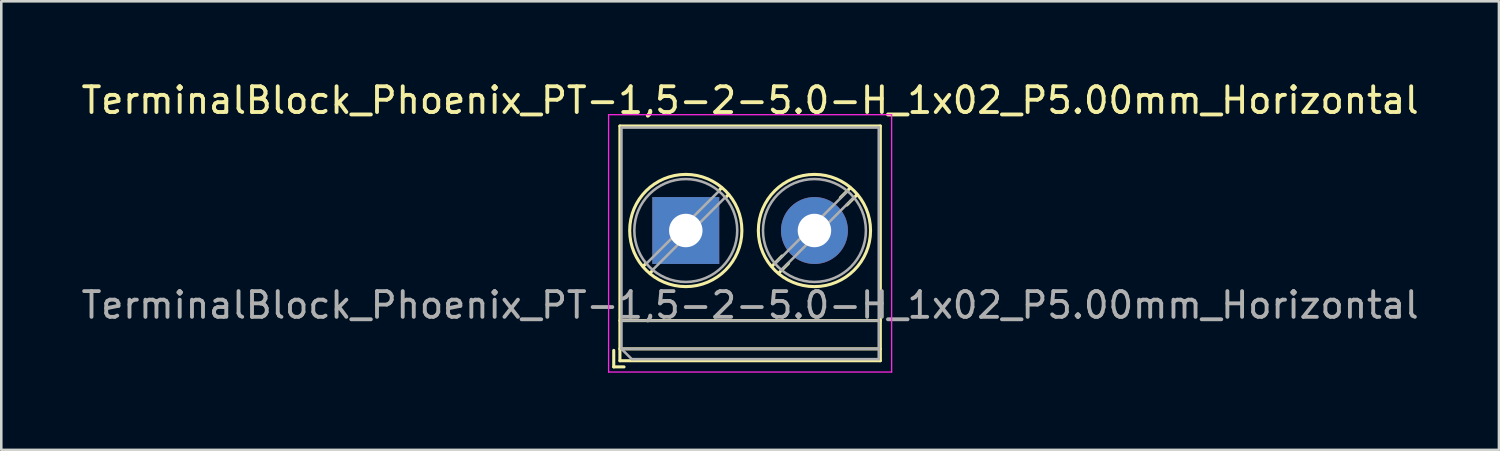
<source format=kicad_pcb>
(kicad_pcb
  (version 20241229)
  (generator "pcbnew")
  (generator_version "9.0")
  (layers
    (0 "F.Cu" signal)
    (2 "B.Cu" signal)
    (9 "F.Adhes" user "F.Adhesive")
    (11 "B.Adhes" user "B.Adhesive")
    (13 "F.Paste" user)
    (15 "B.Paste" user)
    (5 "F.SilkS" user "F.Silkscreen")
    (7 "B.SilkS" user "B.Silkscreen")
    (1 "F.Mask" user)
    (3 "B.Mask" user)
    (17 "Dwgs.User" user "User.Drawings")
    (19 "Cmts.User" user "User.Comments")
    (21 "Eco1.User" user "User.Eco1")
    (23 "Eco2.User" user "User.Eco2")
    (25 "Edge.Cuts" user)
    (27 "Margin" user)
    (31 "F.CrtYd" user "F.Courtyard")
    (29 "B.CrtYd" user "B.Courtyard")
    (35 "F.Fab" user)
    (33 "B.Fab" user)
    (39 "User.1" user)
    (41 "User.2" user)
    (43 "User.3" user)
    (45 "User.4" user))
  (footprint "TerminalBlock_Phoenix_PT-1,5-2-5.0-H_1x02_P5.00mm_Horizontal"
    (layer "F.Cu")
    (at 23.601 5.908)
    (property "Reference" "TerminalBlock_Phoenix_PT-1,5-2-5.0-H_1x02_P5.00mm_Horizontal" (at 2.5 -5.06 0) (layer "F.SilkS") (effects (font (size 1 1) (thickness 0.15))))
    (attr through_hole)
    (fp_line (start -2.8 4.66) (end -2.8 5.3) (stroke (width 0.12) (type solid)) (layer "F.SilkS"))
    (fp_line (start -2.8 5.3) (end -2.4 5.3) (stroke (width 0.12) (type solid)) (layer "F.SilkS"))
    (fp_line (start -2.56 -4.06) (end -2.56 5.06) (stroke (width 0.12) (type solid)) (layer "F.SilkS"))
    (fp_line (start -2.56 -4.06) (end 7.56 -4.06) (stroke (width 0.12) (type solid)) (layer "F.SilkS"))
    (fp_line (start -2.56 3.5) (end 7.56 3.5) (stroke (width 0.12) (type solid)) (layer "F.SilkS"))
    (fp_line (start -2.56 4.6) (end 7.56 4.6) (stroke (width 0.12) (type solid)) (layer "F.SilkS"))
    (fp_line (start -2.56 5.06) (end 7.56 5.06) (stroke (width 0.12) (type solid)) (layer "F.SilkS"))
    (fp_line (start -1.548 1.281) (end -1.654 1.388) (stroke (width 0.12) (type solid)) (layer "F.SilkS"))
    (fp_line (start -1.282 1.547) (end -1.388 1.654) (stroke (width 0.12) (type solid)) (layer "F.SilkS"))
    (fp_line (start 1.388 -1.654) (end 1.281 -1.547) (stroke (width 0.12) (type solid)) (layer "F.SilkS"))
    (fp_line (start 1.654 -1.388) (end 1.547 -1.281) (stroke (width 0.12) (type solid)) (layer "F.SilkS"))
    (fp_line (start 3.742 0.992) (end 3.347 1.388) (stroke (width 0.12) (type solid)) (layer "F.SilkS"))
    (fp_line (start 3.993 1.274) (end 3.613 1.654) (stroke (width 0.12) (type solid)) (layer "F.SilkS"))
    (fp_line (start 6.388 -1.654) (end 6.008 -1.274) (stroke (width 0.12) (type solid)) (layer "F.SilkS"))
    (fp_line (start 6.654 -1.388) (end 6.259 -0.992) (stroke (width 0.12) (type solid)) (layer "F.SilkS"))
    (fp_line (start 7.56 -4.06) (end 7.56 5.06) (stroke (width 0.12) (type solid)) (layer "F.SilkS"))
    (fp_circle (center 0 0) (end 2.18 0) (stroke (width 0.12) (type solid)) (fill no) (layer "F.SilkS"))
    (fp_circle (center 5 0) (end 7.18 0) (stroke (width 0.12) (type solid)) (fill no) (layer "F.SilkS"))
    (fp_line (start -3 -4.5) (end -3 5.5) (stroke (width 0.05) (type solid)) (layer "F.CrtYd"))
    (fp_line (start -3 5.5) (end 8 5.5) (stroke (width 0.05) (type solid)) (layer "F.CrtYd"))
    (fp_line (start 8 -4.5) (end -3 -4.5) (stroke (width 0.05) (type solid)) (layer "F.CrtYd"))
    (fp_line (start 8 5.5) (end 8 -4.5) (stroke (width 0.05) (type solid)) (layer "F.CrtYd"))
    (fp_line (start -2.5 -4) (end 7.5 -4) (stroke (width 0.1) (type solid)) (layer "F.Fab"))
    (fp_line (start -2.5 3.5) (end 7.5 3.5) (stroke (width 0.1) (type solid)) (layer "F.Fab"))
    (fp_line (start -2.5 4.6) (end -2.5 -4) (stroke (width 0.1) (type solid)) (layer "F.Fab"))
    (fp_line (start -2.5 4.6) (end 7.5 4.6) (stroke (width 0.1) (type solid)) (layer "F.Fab"))
    (fp_line (start -2.1 5) (end -2.5 4.6) (stroke (width 0.1) (type solid)) (layer "F.Fab"))
    (fp_line (start 1.273 -1.517) (end -1.517 1.273) (stroke (width 0.1) (type solid)) (layer "F.Fab"))
    (fp_line (start 1.517 -1.273) (end -1.273 1.517) (stroke (width 0.1) (type solid)) (layer "F.Fab"))
    (fp_line (start 6.273 -1.517) (end 3.484 1.273) (stroke (width 0.1) (type solid)) (layer "F.Fab"))
    (fp_line (start 6.517 -1.273) (end 3.728 1.517) (stroke (width 0.1) (type solid)) (layer "F.Fab"))
    (fp_line (start 7.5 -4) (end 7.5 5) (stroke (width 0.1) (type solid)) (layer "F.Fab"))
    (fp_line (start 7.5 5) (end -2.1 5) (stroke (width 0.1) (type solid)) (layer "F.Fab"))
    (fp_circle (center 0 0) (end 2 0) (stroke (width 0.1) (type solid)) (fill no) (layer "F.Fab"))
    (fp_circle (center 5 0) (end 7 0) (stroke (width 0.1) (type solid)) (fill no) (layer "F.Fab"))
    (fp_text user "${REFERENCE}" (at 2.5 2.9 0) (layer "F.Fab") (effects (font (size 1 1) (thickness 0.15))))
    (pad "1" thru_hole rect (at 0 0) (size 2.6 2.6) (drill 1.3) (layers "*.Cu" "*.Mask"))
    (pad "2" thru_hole circle (at 5 0) (size 2.6 2.6) (drill 1.3) (layers "*.Cu" "*.Mask")))
  (gr_rect
    (start -3 -3)
    (end 55.202 14.433)
    (stroke (width 0.1) (type default))
    (fill no)
    (layer "Edge.Cuts")))
</source>
